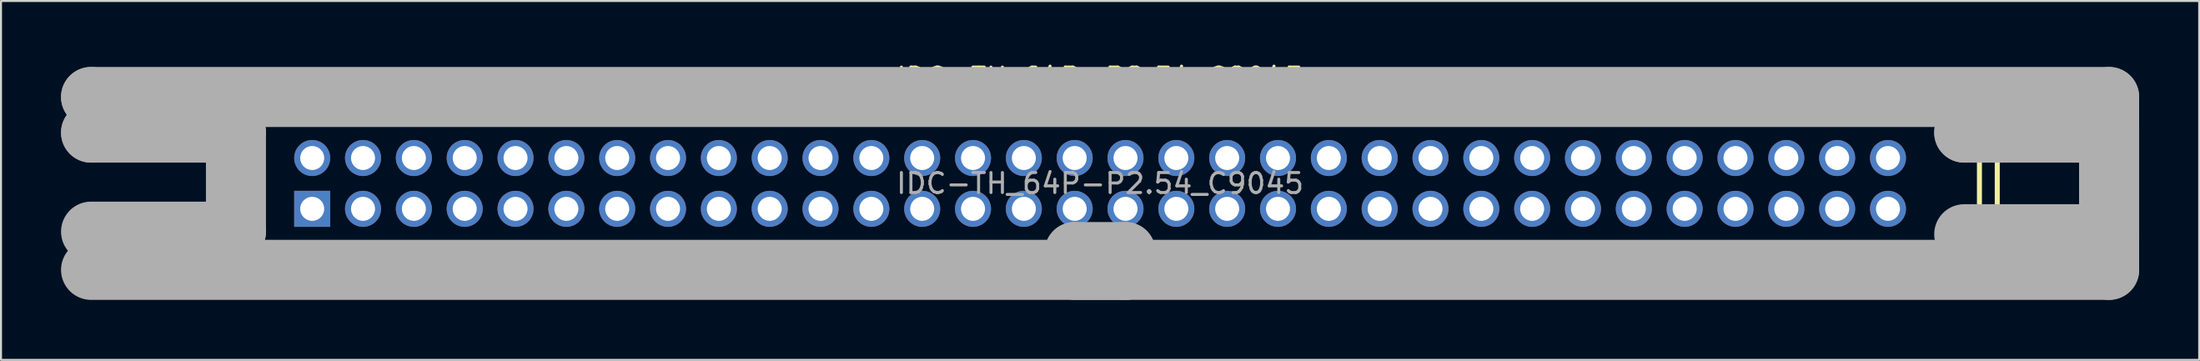
<source format=kicad_pcb>
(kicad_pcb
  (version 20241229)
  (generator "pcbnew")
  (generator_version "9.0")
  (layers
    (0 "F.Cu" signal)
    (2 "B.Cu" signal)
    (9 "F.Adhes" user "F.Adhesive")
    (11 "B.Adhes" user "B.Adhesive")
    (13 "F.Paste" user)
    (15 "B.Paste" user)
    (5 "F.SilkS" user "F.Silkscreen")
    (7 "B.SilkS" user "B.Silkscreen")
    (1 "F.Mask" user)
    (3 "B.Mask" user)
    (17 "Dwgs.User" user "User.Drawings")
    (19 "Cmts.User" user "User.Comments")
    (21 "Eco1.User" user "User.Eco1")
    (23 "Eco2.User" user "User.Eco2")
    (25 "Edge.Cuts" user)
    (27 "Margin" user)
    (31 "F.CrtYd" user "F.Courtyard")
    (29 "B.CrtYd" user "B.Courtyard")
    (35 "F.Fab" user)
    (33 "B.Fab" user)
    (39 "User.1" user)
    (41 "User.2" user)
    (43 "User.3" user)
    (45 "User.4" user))
  (footprint "IDC-TH_64P-P2.54_C9045"
    (layer "F.Cu")
    (at 51.92 6.118)
    (property "Reference" "IDC-TH_64P-P2.54_C9045" (at 0 -5.27 0) (layer "F.SilkS") (effects (font (size 1 1) (thickness 0.15))))
    (attr through_hole)
    (fp_line (start -48.26 -2.54) (end -48.26 -4.32) (stroke (width 0.25) (type solid)) (layer "F.SilkS"))
    (fp_line (start -48.26 4.19) (end -48.26 2.41) (stroke (width 0.25) (type solid)) (layer "F.SilkS"))
    (fp_line (start -44.45 2.41) (end -44.45 -2.54) (stroke (width 0.25) (type solid)) (layer "F.SilkS"))
    (fp_line (start -43.82 2.28) (end -43.82 -2.54) (stroke (width 0.25) (type solid)) (layer "F.SilkS"))
    (fp_line (start 43.94 2.54) (end 43.94 -2.54) (stroke (width 0.25) (type solid)) (layer "F.SilkS"))
    (fp_line (start 44.83 2.54) (end 44.83 -2.54) (stroke (width 0.25) (type solid)) (layer "F.SilkS"))
    (fp_line (start 48.26 -2.54) (end 48.26 -4.32) (stroke (width 0.25) (type solid)) (layer "F.SilkS"))
    (fp_line (start 48.26 4.31) (end 48.26 2.54) (stroke (width 0.25) (type solid)) (layer "F.SilkS"))
    (fp_line (start -50.42 -4.32) (end -50.42 -4.32) (stroke (width 3) (type solid)) (layer "F.Fab"))
    (fp_line (start -50.42 -4.32) (end 50.42 -4.32) (stroke (width 3) (type solid)) (layer "F.Fab"))
    (fp_line (start -50.42 -2.54) (end -50.42 -2.54) (stroke (width 3) (type solid)) (layer "F.Fab"))
    (fp_line (start -50.42 -2.54) (end -43.18 -2.54) (stroke (width 3) (type solid)) (layer "F.Fab"))
    (fp_line (start -43.18 -2.54) (end -43.18 2.41) (stroke (width 3) (type solid)) (layer "F.Fab"))
    (fp_line (start -43.18 2.41) (end -50.42 2.41) (stroke (width 3) (type solid)) (layer "F.Fab"))
    (fp_line (start -1.27 3.43) (end -1.27 3.43) (stroke (width 3) (type solid)) (layer "F.Fab"))
    (fp_line (start -1.27 3.43) (end 1.27 3.43) (stroke (width 3) (type solid)) (layer "F.Fab"))
    (fp_line (start 1.27 3.43) (end 1.27 4.32) (stroke (width 3) (type solid)) (layer "F.Fab"))
    (fp_line (start 1.27 4.32) (end -1.27 4.32) (stroke (width 3) (type solid)) (layer "F.Fab"))
    (fp_line (start 43.18 -2.54) (end 43.18 -2.54) (stroke (width 3) (type solid)) (layer "F.Fab"))
    (fp_line (start 43.18 -2.54) (end 50.42 -2.54) (stroke (width 3) (type solid)) (layer "F.Fab"))
    (fp_line (start 50.42 -4.32) (end 50.42 4.32) (stroke (width 3) (type solid)) (layer "F.Fab"))
    (fp_line (start 50.42 -2.54) (end 50.42 2.54) (stroke (width 3) (type solid)) (layer "F.Fab"))
    (fp_line (start 50.42 2.54) (end 43.18 2.54) (stroke (width 3) (type solid)) (layer "F.Fab"))
    (fp_line (start 50.42 4.32) (end -50.42 4.32) (stroke (width 3) (type solid)) (layer "F.Fab"))
    (fp_circle (center -50.55 4.44) (end -50.52 4.44) (stroke (width 0.06) (type solid)) (fill no) (layer "F.Fab"))
    (fp_circle (center -39.37 -1.27) (end -39.12 -1.27) (stroke (width 0.5) (type solid)) (fill no) (layer "F.Fab"))
    (fp_circle (center -39.37 1.27) (end -39.12 1.27) (stroke (width 0.5) (type solid)) (fill no) (layer "F.Fab"))
    (fp_circle (center -36.83 -1.27) (end -36.58 -1.27) (stroke (width 0.5) (type solid)) (fill no) (layer "F.Fab"))
    (fp_circle (center -36.83 1.27) (end -36.58 1.27) (stroke (width 0.5) (type solid)) (fill no) (layer "F.Fab"))
    (fp_circle (center -34.29 -1.27) (end -34.04 -1.27) (stroke (width 0.5) (type solid)) (fill no) (layer "F.Fab"))
    (fp_circle (center -34.29 1.27) (end -34.04 1.27) (stroke (width 0.5) (type solid)) (fill no) (layer "F.Fab"))
    (fp_circle (center -31.75 -1.27) (end -31.5 -1.27) (stroke (width 0.5) (type solid)) (fill no) (layer "F.Fab"))
    (fp_circle (center -31.75 1.27) (end -31.5 1.27) (stroke (width 0.5) (type solid)) (fill no) (layer "F.Fab"))
    (fp_circle (center -29.21 -1.27) (end -28.96 -1.27) (stroke (width 0.5) (type solid)) (fill no) (layer "F.Fab"))
    (fp_circle (center -29.21 1.27) (end -28.96 1.27) (stroke (width 0.5) (type solid)) (fill no) (layer "F.Fab"))
    (fp_circle (center -26.67 -1.27) (end -26.42 -1.27) (stroke (width 0.5) (type solid)) (fill no) (layer "F.Fab"))
    (fp_circle (center -26.67 1.27) (end -26.42 1.27) (stroke (width 0.5) (type solid)) (fill no) (layer "F.Fab"))
    (fp_circle (center -24.13 -1.27) (end -23.88 -1.27) (stroke (width 0.5) (type solid)) (fill no) (layer "F.Fab"))
    (fp_circle (center -24.13 1.27) (end -23.88 1.27) (stroke (width 0.5) (type solid)) (fill no) (layer "F.Fab"))
    (fp_circle (center -21.59 -1.27) (end -21.34 -1.27) (stroke (width 0.5) (type solid)) (fill no) (layer "F.Fab"))
    (fp_circle (center -21.59 1.27) (end -21.34 1.27) (stroke (width 0.5) (type solid)) (fill no) (layer "F.Fab"))
    (fp_circle (center -19.05 -1.27) (end -18.8 -1.27) (stroke (width 0.5) (type solid)) (fill no) (layer "F.Fab"))
    (fp_circle (center -19.05 1.27) (end -18.8 1.27) (stroke (width 0.5) (type solid)) (fill no) (layer "F.Fab"))
    (fp_circle (center -16.51 -1.27) (end -16.26 -1.27) (stroke (width 0.5) (type solid)) (fill no) (layer "F.Fab"))
    (fp_circle (center -16.51 1.27) (end -16.26 1.27) (stroke (width 0.5) (type solid)) (fill no) (layer "F.Fab"))
    (fp_circle (center -13.97 -1.27) (end -13.72 -1.27) (stroke (width 0.5) (type solid)) (fill no) (layer "F.Fab"))
    (fp_circle (center -13.97 1.27) (end -13.72 1.27) (stroke (width 0.5) (type solid)) (fill no) (layer "F.Fab"))
    (fp_circle (center -11.43 -1.27) (end -11.18 -1.27) (stroke (width 0.5) (type solid)) (fill no) (layer "F.Fab"))
    (fp_circle (center -11.43 1.27) (end -11.18 1.27) (stroke (width 0.5) (type solid)) (fill no) (layer "F.Fab"))
    (fp_circle (center -8.89 -1.27) (end -8.64 -1.27) (stroke (width 0.5) (type solid)) (fill no) (layer "F.Fab"))
    (fp_circle (center -8.89 1.27) (end -8.64 1.27) (stroke (width 0.5) (type solid)) (fill no) (layer "F.Fab"))
    (fp_circle (center -6.35 -1.27) (end -6.1 -1.27) (stroke (width 0.5) (type solid)) (fill no) (layer "F.Fab"))
    (fp_circle (center -6.35 1.27) (end -6.1 1.27) (stroke (width 0.5) (type solid)) (fill no) (layer "F.Fab"))
    (fp_circle (center -3.81 -1.27) (end -3.56 -1.27) (stroke (width 0.5) (type solid)) (fill no) (layer "F.Fab"))
    (fp_circle (center -3.81 1.27) (end -3.56 1.27) (stroke (width 0.5) (type solid)) (fill no) (layer "F.Fab"))
    (fp_circle (center -1.27 -1.27) (end -1.02 -1.27) (stroke (width 0.5) (type solid)) (fill no) (layer "F.Fab"))
    (fp_circle (center -1.27 1.27) (end -1.02 1.27) (stroke (width 0.5) (type solid)) (fill no) (layer "F.Fab"))
    (fp_circle (center 1.27 -1.27) (end 1.52 -1.27) (stroke (width 0.5) (type solid)) (fill no) (layer "F.Fab"))
    (fp_circle (center 1.27 1.27) (end 1.52 1.27) (stroke (width 0.5) (type solid)) (fill no) (layer "F.Fab"))
    (fp_circle (center 3.81 -1.27) (end 4.06 -1.27) (stroke (width 0.5) (type solid)) (fill no) (layer "F.Fab"))
    (fp_circle (center 3.81 1.27) (end 4.06 1.27) (stroke (width 0.5) (type solid)) (fill no) (layer "F.Fab"))
    (fp_circle (center 6.35 -1.27) (end 6.6 -1.27) (stroke (width 0.5) (type solid)) (fill no) (layer "F.Fab"))
    (fp_circle (center 6.35 1.27) (end 6.6 1.27) (stroke (width 0.5) (type solid)) (fill no) (layer "F.Fab"))
    (fp_circle (center 8.89 -1.27) (end 9.14 -1.27) (stroke (width 0.5) (type solid)) (fill no) (layer "F.Fab"))
    (fp_circle (center 8.89 1.27) (end 9.14 1.27) (stroke (width 0.5) (type solid)) (fill no) (layer "F.Fab"))
    (fp_circle (center 11.43 -1.27) (end 11.68 -1.27) (stroke (width 0.5) (type solid)) (fill no) (layer "F.Fab"))
    (fp_circle (center 11.43 1.27) (end 11.68 1.27) (stroke (width 0.5) (type solid)) (fill no) (layer "F.Fab"))
    (fp_circle (center 13.97 -1.27) (end 14.22 -1.27) (stroke (width 0.5) (type solid)) (fill no) (layer "F.Fab"))
    (fp_circle (center 13.97 1.27) (end 14.22 1.27) (stroke (width 0.5) (type solid)) (fill no) (layer "F.Fab"))
    (fp_circle (center 16.51 -1.27) (end 16.76 -1.27) (stroke (width 0.5) (type solid)) (fill no) (layer "F.Fab"))
    (fp_circle (center 16.51 1.27) (end 16.76 1.27) (stroke (width 0.5) (type solid)) (fill no) (layer "F.Fab"))
    (fp_circle (center 19.05 -1.27) (end 19.3 -1.27) (stroke (width 0.5) (type solid)) (fill no) (layer "F.Fab"))
    (fp_circle (center 19.05 1.27) (end 19.3 1.27) (stroke (width 0.5) (type solid)) (fill no) (layer "F.Fab"))
    (fp_circle (center 21.59 -1.27) (end 21.84 -1.27) (stroke (width 0.5) (type solid)) (fill no) (layer "F.Fab"))
    (fp_circle (center 21.59 1.27) (end 21.84 1.27) (stroke (width 0.5) (type solid)) (fill no) (layer "F.Fab"))
    (fp_circle (center 24.13 -1.27) (end 24.38 -1.27) (stroke (width 0.5) (type solid)) (fill no) (layer "F.Fab"))
    (fp_circle (center 24.13 1.27) (end 24.38 1.27) (stroke (width 0.5) (type solid)) (fill no) (layer "F.Fab"))
    (fp_circle (center 26.67 -1.27) (end 26.92 -1.27) (stroke (width 0.5) (type solid)) (fill no) (layer "F.Fab"))
    (fp_circle (center 26.67 1.27) (end 26.92 1.27) (stroke (width 0.5) (type solid)) (fill no) (layer "F.Fab"))
    (fp_circle (center 29.21 -1.27) (end 29.46 -1.27) (stroke (width 0.5) (type solid)) (fill no) (layer "F.Fab"))
    (fp_circle (center 29.21 1.27) (end 29.46 1.27) (stroke (width 0.5) (type solid)) (fill no) (layer "F.Fab"))
    (fp_circle (center 31.75 -1.27) (end 32 -1.27) (stroke (width 0.5) (type solid)) (fill no) (layer "F.Fab"))
    (fp_circle (center 31.75 1.27) (end 32 1.27) (stroke (width 0.5) (type solid)) (fill no) (layer "F.Fab"))
    (fp_circle (center 34.29 -1.27) (end 34.54 -1.27) (stroke (width 0.5) (type solid)) (fill no) (layer "F.Fab"))
    (fp_circle (center 34.29 1.27) (end 34.54 1.27) (stroke (width 0.5) (type solid)) (fill no) (layer "F.Fab"))
    (fp_circle (center 36.83 -1.27) (end 37.08 -1.27) (stroke (width 0.5) (type solid)) (fill no) (layer "F.Fab"))
    (fp_circle (center 36.83 1.27) (end 37.08 1.27) (stroke (width 0.5) (type solid)) (fill no) (layer "F.Fab"))
    (fp_circle (center 39.37 -1.27) (end 39.62 -1.27) (stroke (width 0.5) (type solid)) (fill no) (layer "F.Fab"))
    (fp_circle (center 39.37 1.27) (end 39.62 1.27) (stroke (width 0.5) (type solid)) (fill no) (layer "F.Fab"))
    (fp_text user "${REFERENCE}" (at 0 0 0) (layer "F.Fab") (effects (font (size 1 1) (thickness 0.15))))
    (pad "1" thru_hole rect (at -39.37 1.27 180) (size 1.8 1.8) (drill 1.2) (layers "*.Cu" "*.Paste" "*.Mask"))
    (pad "2" thru_hole circle (at -39.37 -1.27 180) (size 1.8 1.8) (drill 1.2) (layers "*.Cu" "*.Paste" "*.Mask"))
    (pad "3" thru_hole circle (at -36.83 1.27 180) (size 1.8 1.8) (drill 1.2) (layers "*.Cu" "*.Paste" "*.Mask"))
    (pad "4" thru_hole circle (at -36.83 -1.27 180) (size 1.8 1.8) (drill 1.2) (layers "*.Cu" "*.Paste" "*.Mask"))
    (pad "5" thru_hole circle (at -34.29 1.27 180) (size 1.8 1.8) (drill 1.2) (layers "*.Cu" "*.Paste" "*.Mask"))
    (pad "6" thru_hole circle (at -34.29 -1.27 180) (size 1.8 1.8) (drill 1.2) (layers "*.Cu" "*.Paste" "*.Mask"))
    (pad "7" thru_hole circle (at -31.75 1.27 180) (size 1.8 1.8) (drill 1.2) (layers "*.Cu" "*.Paste" "*.Mask"))
    (pad "8" thru_hole circle (at -31.75 -1.27 180) (size 1.8 1.8) (drill 1.2) (layers "*.Cu" "*.Paste" "*.Mask"))
    (pad "9" thru_hole circle (at -29.21 1.27 180) (size 1.8 1.8) (drill 1.2) (layers "*.Cu" "*.Paste" "*.Mask"))
    (pad "10" thru_hole circle (at -29.21 -1.27 180) (size 1.8 1.8) (drill 1.2) (layers "*.Cu" "*.Paste" "*.Mask"))
    (pad "11" thru_hole circle (at -26.67 1.27 180) (size 1.8 1.8) (drill 1.2) (layers "*.Cu" "*.Paste" "*.Mask"))
    (pad "12" thru_hole circle (at -26.67 -1.27 180) (size 1.8 1.8) (drill 1.2) (layers "*.Cu" "*.Paste" "*.Mask"))
    (pad "13" thru_hole circle (at -24.13 1.27 180) (size 1.8 1.8) (drill 1.2) (layers "*.Cu" "*.Paste" "*.Mask"))
    (pad "14" thru_hole circle (at -24.13 -1.27 180) (size 1.8 1.8) (drill 1.2) (layers "*.Cu" "*.Paste" "*.Mask"))
    (pad "15" thru_hole circle (at -21.59 1.27 180) (size 1.8 1.8) (drill 1.2) (layers "*.Cu" "*.Paste" "*.Mask"))
    (pad "16" thru_hole circle (at -21.59 -1.27 180) (size 1.8 1.8) (drill 1.2) (layers "*.Cu" "*.Paste" "*.Mask"))
    (pad "17" thru_hole circle (at -19.05 1.27 180) (size 1.8 1.8) (drill 1.2) (layers "*.Cu" "*.Paste" "*.Mask"))
    (pad "18" thru_hole circle (at -19.05 -1.27 180) (size 1.8 1.8) (drill 1.2) (layers "*.Cu" "*.Paste" "*.Mask"))
    (pad "19" thru_hole circle (at -16.51 1.27 180) (size 1.8 1.8) (drill 1.2) (layers "*.Cu" "*.Paste" "*.Mask"))
    (pad "20" thru_hole circle (at -16.51 -1.27 180) (size 1.8 1.8) (drill 1.2) (layers "*.Cu" "*.Paste" "*.Mask"))
    (pad "21" thru_hole circle (at -13.97 1.27 180) (size 1.8 1.8) (drill 1.2) (layers "*.Cu" "*.Paste" "*.Mask"))
    (pad "22" thru_hole circle (at -13.97 -1.27 180) (size 1.8 1.8) (drill 1.2) (layers "*.Cu" "*.Paste" "*.Mask"))
    (pad "23" thru_hole circle (at -11.43 1.27 180) (size 1.8 1.8) (drill 1.2) (layers "*.Cu" "*.Paste" "*.Mask"))
    (pad "24" thru_hole circle (at -11.43 -1.27 180) (size 1.8 1.8) (drill 1.2) (layers "*.Cu" "*.Paste" "*.Mask"))
    (pad "25" thru_hole circle (at -8.89 1.27 180) (size 1.8 1.8) (drill 1.2) (layers "*.Cu" "*.Paste" "*.Mask"))
    (pad "26" thru_hole circle (at -8.89 -1.27 180) (size 1.8 1.8) (drill 1.2) (layers "*.Cu" "*.Paste" "*.Mask"))
    (pad "27" thru_hole circle (at -6.35 1.27 180) (size 1.8 1.8) (drill 1.2) (layers "*.Cu" "*.Paste" "*.Mask"))
    (pad "28" thru_hole circle (at -6.35 -1.27 180) (size 1.8 1.8) (drill 1.2) (layers "*.Cu" "*.Paste" "*.Mask"))
    (pad "29" thru_hole circle (at -3.81 1.27 180) (size 1.8 1.8) (drill 1.2) (layers "*.Cu" "*.Paste" "*.Mask"))
    (pad "30" thru_hole circle (at -3.81 -1.27 180) (size 1.8 1.8) (drill 1.2) (layers "*.Cu" "*.Paste" "*.Mask"))
    (pad "31" thru_hole circle (at -1.27 1.27 180) (size 1.8 1.8) (drill 1.2) (layers "*.Cu" "*.Paste" "*.Mask"))
    (pad "32" thru_hole circle (at -1.27 -1.27 180) (size 1.8 1.8) (drill 1.2) (layers "*.Cu" "*.Paste" "*.Mask"))
    (pad "33" thru_hole circle (at 1.27 1.27 180) (size 1.8 1.8) (drill 1.2) (layers "*.Cu" "*.Paste" "*.Mask"))
    (pad "34" thru_hole circle (at 1.27 -1.27 180) (size 1.8 1.8) (drill 1.2) (layers "*.Cu" "*.Paste" "*.Mask"))
    (pad "35" thru_hole circle (at 3.81 1.27 180) (size 1.8 1.8) (drill 1.2) (layers "*.Cu" "*.Paste" "*.Mask"))
    (pad "36" thru_hole circle (at 3.81 -1.27 180) (size 1.8 1.8) (drill 1.2) (layers "*.Cu" "*.Paste" "*.Mask"))
    (pad "37" thru_hole circle (at 6.35 1.27 180) (size 1.8 1.8) (drill 1.2) (layers "*.Cu" "*.Paste" "*.Mask"))
    (pad "38" thru_hole circle (at 6.35 -1.27 180) (size 1.8 1.8) (drill 1.2) (layers "*.Cu" "*.Paste" "*.Mask"))
    (pad "39" thru_hole circle (at 8.89 1.27 180) (size 1.8 1.8) (drill 1.2) (layers "*.Cu" "*.Paste" "*.Mask"))
    (pad "40" thru_hole circle (at 8.89 -1.27 180) (size 1.8 1.8) (drill 1.2) (layers "*.Cu" "*.Paste" "*.Mask"))
    (pad "41" thru_hole circle (at 11.43 1.27 180) (size 1.8 1.8) (drill 1.2) (layers "*.Cu" "*.Paste" "*.Mask"))
    (pad "42" thru_hole circle (at 11.43 -1.27 180) (size 1.8 1.8) (drill 1.2) (layers "*.Cu" "*.Paste" "*.Mask"))
    (pad "43" thru_hole circle (at 13.97 1.27 180) (size 1.8 1.8) (drill 1.2) (layers "*.Cu" "*.Paste" "*.Mask"))
    (pad "44" thru_hole circle (at 13.97 -1.27 180) (size 1.8 1.8) (drill 1.2) (layers "*.Cu" "*.Paste" "*.Mask"))
    (pad "45" thru_hole circle (at 16.51 1.27 180) (size 1.8 1.8) (drill 1.2) (layers "*.Cu" "*.Paste" "*.Mask"))
    (pad "46" thru_hole circle (at 16.51 -1.27 180) (size 1.8 1.8) (drill 1.2) (layers "*.Cu" "*.Paste" "*.Mask"))
    (pad "47" thru_hole circle (at 19.05 1.27 180) (size 1.8 1.8) (drill 1.2) (layers "*.Cu" "*.Paste" "*.Mask"))
    (pad "48" thru_hole circle (at 19.05 -1.27 180) (size 1.8 1.8) (drill 1.2) (layers "*.Cu" "*.Paste" "*.Mask"))
    (pad "49" thru_hole circle (at 21.59 1.27 180) (size 1.8 1.8) (drill 1.2) (layers "*.Cu" "*.Paste" "*.Mask"))
    (pad "50" thru_hole circle (at 21.59 -1.27 180) (size 1.8 1.8) (drill 1.2) (layers "*.Cu" "*.Paste" "*.Mask"))
    (pad "51" thru_hole circle (at 24.13 1.27 180) (size 1.8 1.8) (drill 1.2) (layers "*.Cu" "*.Paste" "*.Mask"))
    (pad "52" thru_hole circle (at 24.13 -1.27 180) (size 1.8 1.8) (drill 1.2) (layers "*.Cu" "*.Paste" "*.Mask"))
    (pad "53" thru_hole circle (at 26.67 1.27 180) (size 1.8 1.8) (drill 1.2) (layers "*.Cu" "*.Paste" "*.Mask"))
    (pad "54" thru_hole circle (at 26.67 -1.27 180) (size 1.8 1.8) (drill 1.2) (layers "*.Cu" "*.Paste" "*.Mask"))
    (pad "55" thru_hole circle (at 29.21 1.27 180) (size 1.8 1.8) (drill 1.2) (layers "*.Cu" "*.Paste" "*.Mask"))
    (pad "56" thru_hole circle (at 29.21 -1.27 180) (size 1.8 1.8) (drill 1.2) (layers "*.Cu" "*.Paste" "*.Mask"))
    (pad "57" thru_hole circle (at 31.75 1.27 180) (size 1.8 1.8) (drill 1.2) (layers "*.Cu" "*.Paste" "*.Mask"))
    (pad "58" thru_hole circle (at 31.75 -1.27 180) (size 1.8 1.8) (drill 1.2) (layers "*.Cu" "*.Paste" "*.Mask"))
    (pad "59" thru_hole circle (at 34.29 1.27 180) (size 1.8 1.8) (drill 1.2) (layers "*.Cu" "*.Paste" "*.Mask"))
    (pad "60" thru_hole circle (at 34.29 -1.27 180) (size 1.8 1.8) (drill 1.2) (layers "*.Cu" "*.Paste" "*.Mask"))
    (pad "61" thru_hole circle (at 36.83 1.27 180) (size 1.8 1.8) (drill 1.2) (layers "*.Cu" "*.Paste" "*.Mask"))
    (pad "62" thru_hole circle (at 36.83 -1.27 180) (size 1.8 1.8) (drill 1.2) (layers "*.Cu" "*.Paste" "*.Mask"))
    (pad "63" thru_hole circle (at 39.37 1.27 180) (size 1.8 1.8) (drill 1.2) (layers "*.Cu" "*.Paste" "*.Mask"))
    (pad "64" thru_hole circle (at 39.37 -1.27 180) (size 1.8 1.8) (drill 1.2) (layers "*.Cu" "*.Paste" "*.Mask")))
  (gr_rect
    (start -3 -3)
    (end 106.84 14.938)
    (stroke (width 0.1) (type default))
    (fill no)
    (layer "Edge.Cuts")))
</source>
